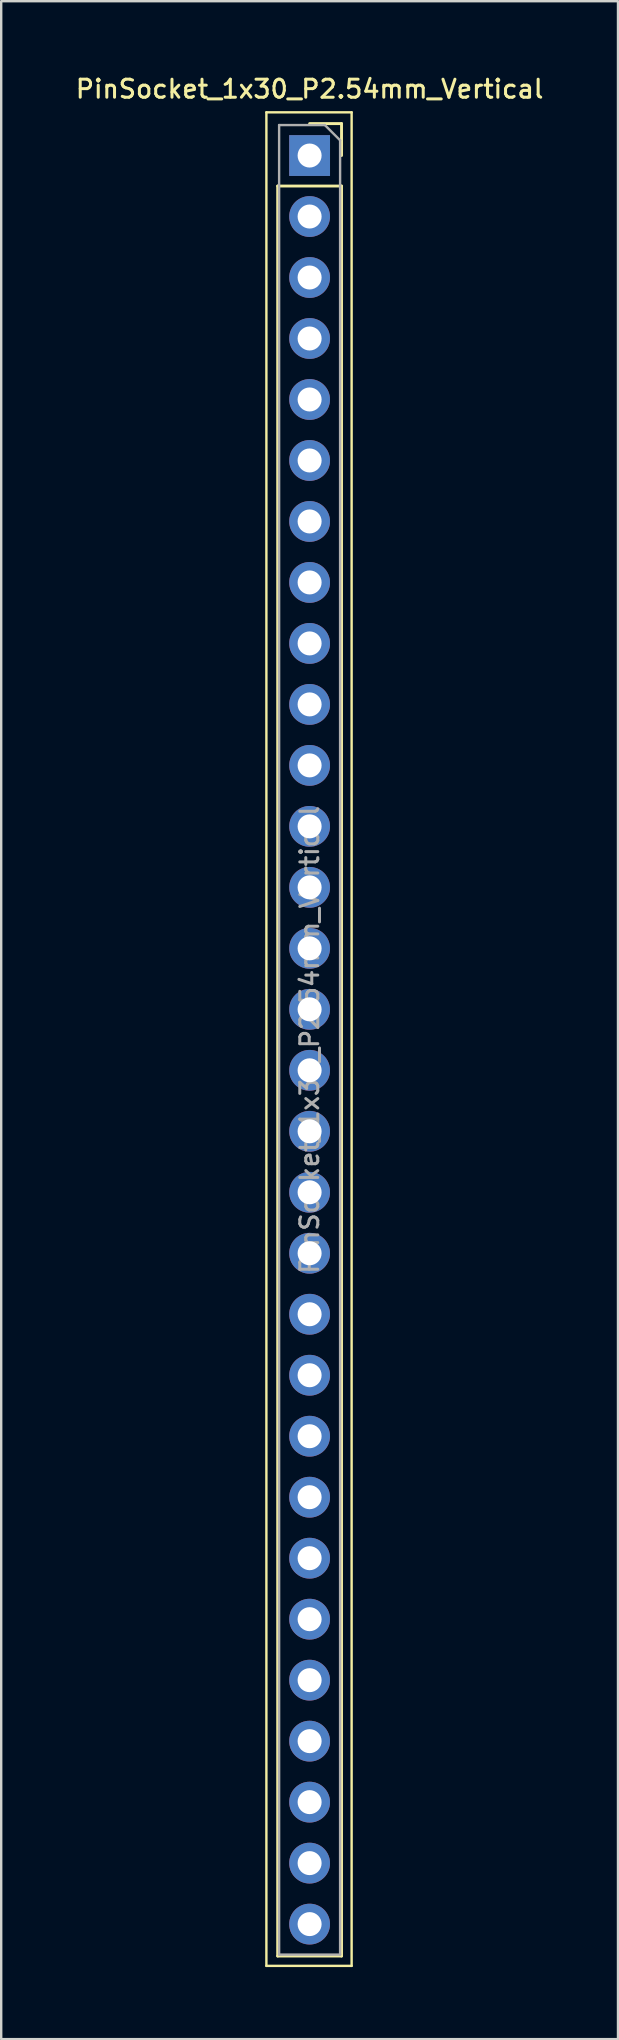
<source format=kicad_pcb>
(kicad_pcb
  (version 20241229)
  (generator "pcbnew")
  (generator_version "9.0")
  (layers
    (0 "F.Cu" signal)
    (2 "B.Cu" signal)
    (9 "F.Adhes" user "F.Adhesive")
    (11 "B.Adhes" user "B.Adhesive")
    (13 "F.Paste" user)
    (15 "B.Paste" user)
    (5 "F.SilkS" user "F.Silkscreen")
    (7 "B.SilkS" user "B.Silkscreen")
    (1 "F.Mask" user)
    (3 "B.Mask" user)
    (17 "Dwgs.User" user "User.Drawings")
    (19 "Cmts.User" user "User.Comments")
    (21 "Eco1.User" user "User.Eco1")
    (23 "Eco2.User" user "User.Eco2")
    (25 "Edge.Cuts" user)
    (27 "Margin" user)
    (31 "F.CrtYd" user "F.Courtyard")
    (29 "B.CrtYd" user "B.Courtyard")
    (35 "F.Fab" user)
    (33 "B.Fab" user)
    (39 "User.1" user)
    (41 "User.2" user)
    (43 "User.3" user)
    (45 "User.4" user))
  (footprint "PinSocket_1x30_P2.54mm_Vertical"
    (layer "F.Cu")
    (at 9.845 3.428)
    (property "Reference" "PinSocket_1x30_P2.54mm_Vertical" (at 0 -2.77 0) (layer "F.SilkS") (effects (font (size 0.75 0.75) (thickness 0.125))))
    (attr through_hole)
    (fp_line (start -1.8 -1.8) (end 1.75 -1.8) (stroke (width 0.1) (type solid)) (layer "F.SilkS"))
    (fp_line (start -1.8 75.4) (end -1.8 -1.8) (stroke (width 0.1) (type solid)) (layer "F.SilkS"))
    (fp_line (start -1.33 1.27) (end -1.33 74.99) (stroke (width 0.12) (type solid)) (layer "F.SilkS"))
    (fp_line (start -1.33 1.27) (end 1.33 1.27) (stroke (width 0.12) (type solid)) (layer "F.SilkS"))
    (fp_line (start -1.33 74.99) (end 1.33 74.99) (stroke (width 0.12) (type solid)) (layer "F.SilkS"))
    (fp_line (start 0 -1.33) (end 1.33 -1.33) (stroke (width 0.12) (type solid)) (layer "F.SilkS"))
    (fp_line (start 1.33 -1.33) (end 1.33 0) (stroke (width 0.12) (type solid)) (layer "F.SilkS"))
    (fp_line (start 1.33 1.27) (end 1.33 74.99) (stroke (width 0.12) (type solid)) (layer "F.SilkS"))
    (fp_line (start 1.75 -1.8) (end 1.75 75.4) (stroke (width 0.1) (type solid)) (layer "F.SilkS"))
    (fp_line (start 1.75 75.4) (end -1.8 75.4) (stroke (width 0.1) (type solid)) (layer "F.SilkS"))
    (fp_line (start -1.27 -1.27) (end 0.635 -1.27) (stroke (width 0.1) (type solid)) (layer "F.Fab"))
    (fp_line (start -1.27 74.93) (end -1.27 -1.27) (stroke (width 0.1) (type solid)) (layer "F.Fab"))
    (fp_line (start 0.635 -1.27) (end 1.27 -0.635) (stroke (width 0.1) (type solid)) (layer "F.Fab"))
    (fp_line (start 1.27 -0.635) (end 1.27 74.93) (stroke (width 0.1) (type solid)) (layer "F.Fab"))
    (fp_line (start 1.27 74.93) (end -1.27 74.93) (stroke (width 0.1) (type solid)) (layer "F.Fab"))
    (fp_text user "${REFERENCE}" (at 0 36.83 90) (layer "F.Fab") (effects (font (size 0.75 0.75) (thickness 0.125))))
    (pad "1" thru_hole rect (at 0 0) (size 1.7 1.7) (drill 1) (layers "*.Cu" "*.Mask"))
    (pad "2" thru_hole oval (at 0 2.54) (size 1.7 1.7) (drill 1) (layers "*.Cu" "*.Mask"))
    (pad "3" thru_hole oval (at 0 5.08) (size 1.7 1.7) (drill 1) (layers "*.Cu" "*.Mask"))
    (pad "4" thru_hole oval (at 0 7.62) (size 1.7 1.7) (drill 1) (layers "*.Cu" "*.Mask"))
    (pad "5" thru_hole oval (at 0 10.16) (size 1.7 1.7) (drill 1) (layers "*.Cu" "*.Mask"))
    (pad "6" thru_hole oval (at 0 12.7) (size 1.7 1.7) (drill 1) (layers "*.Cu" "*.Mask"))
    (pad "7" thru_hole oval (at 0 15.24) (size 1.7 1.7) (drill 1) (layers "*.Cu" "*.Mask"))
    (pad "8" thru_hole oval (at 0 17.78) (size 1.7 1.7) (drill 1) (layers "*.Cu" "*.Mask"))
    (pad "9" thru_hole oval (at 0 20.32) (size 1.7 1.7) (drill 1) (layers "*.Cu" "*.Mask"))
    (pad "10" thru_hole oval (at 0 22.86) (size 1.7 1.7) (drill 1) (layers "*.Cu" "*.Mask"))
    (pad "11" thru_hole oval (at 0 25.4) (size 1.7 1.7) (drill 1) (layers "*.Cu" "*.Mask"))
    (pad "12" thru_hole oval (at 0 27.94) (size 1.7 1.7) (drill 1) (layers "*.Cu" "*.Mask"))
    (pad "13" thru_hole oval (at 0 30.48) (size 1.7 1.7) (drill 1) (layers "*.Cu" "*.Mask"))
    (pad "14" thru_hole oval (at 0 33.02) (size 1.7 1.7) (drill 1) (layers "*.Cu" "*.Mask"))
    (pad "15" thru_hole oval (at 0 35.56) (size 1.7 1.7) (drill 1) (layers "*.Cu" "*.Mask"))
    (pad "16" thru_hole oval (at 0 38.1) (size 1.7 1.7) (drill 1) (layers "*.Cu" "*.Mask"))
    (pad "17" thru_hole oval (at 0 40.64) (size 1.7 1.7) (drill 1) (layers "*.Cu" "*.Mask"))
    (pad "18" thru_hole oval (at 0 43.18) (size 1.7 1.7) (drill 1) (layers "*.Cu" "*.Mask"))
    (pad "19" thru_hole oval (at 0 45.72) (size 1.7 1.7) (drill 1) (layers "*.Cu" "*.Mask"))
    (pad "20" thru_hole oval (at 0 48.26) (size 1.7 1.7) (drill 1) (layers "*.Cu" "*.Mask"))
    (pad "21" thru_hole oval (at 0 50.8) (size 1.7 1.7) (drill 1) (layers "*.Cu" "*.Mask"))
    (pad "22" thru_hole oval (at 0 53.34) (size 1.7 1.7) (drill 1) (layers "*.Cu" "*.Mask"))
    (pad "23" thru_hole oval (at 0 55.88) (size 1.7 1.7) (drill 1) (layers "*.Cu" "*.Mask"))
    (pad "24" thru_hole oval (at 0 58.42) (size 1.7 1.7) (drill 1) (layers "*.Cu" "*.Mask"))
    (pad "25" thru_hole oval (at 0 60.96) (size 1.7 1.7) (drill 1) (layers "*.Cu" "*.Mask"))
    (pad "26" thru_hole oval (at 0 63.5) (size 1.7 1.7) (drill 1) (layers "*.Cu" "*.Mask"))
    (pad "27" thru_hole oval (at 0 66.04) (size 1.7 1.7) (drill 1) (layers "*.Cu" "*.Mask"))
    (pad "28" thru_hole oval (at 0 68.58) (size 1.7 1.7) (drill 1) (layers "*.Cu" "*.Mask"))
    (pad "29" thru_hole oval (at 0 71.12) (size 1.7 1.7) (drill 1) (layers "*.Cu" "*.Mask"))
    (pad "30" thru_hole oval (at 0 73.66) (size 1.7 1.7) (drill 1) (layers "*.Cu" "*.Mask")))
  (gr_rect
    (start -3 -3)
    (end 22.689 81.878)
    (stroke (width 0.1) (type default))
    (fill no)
    (layer "Edge.Cuts")))
</source>
